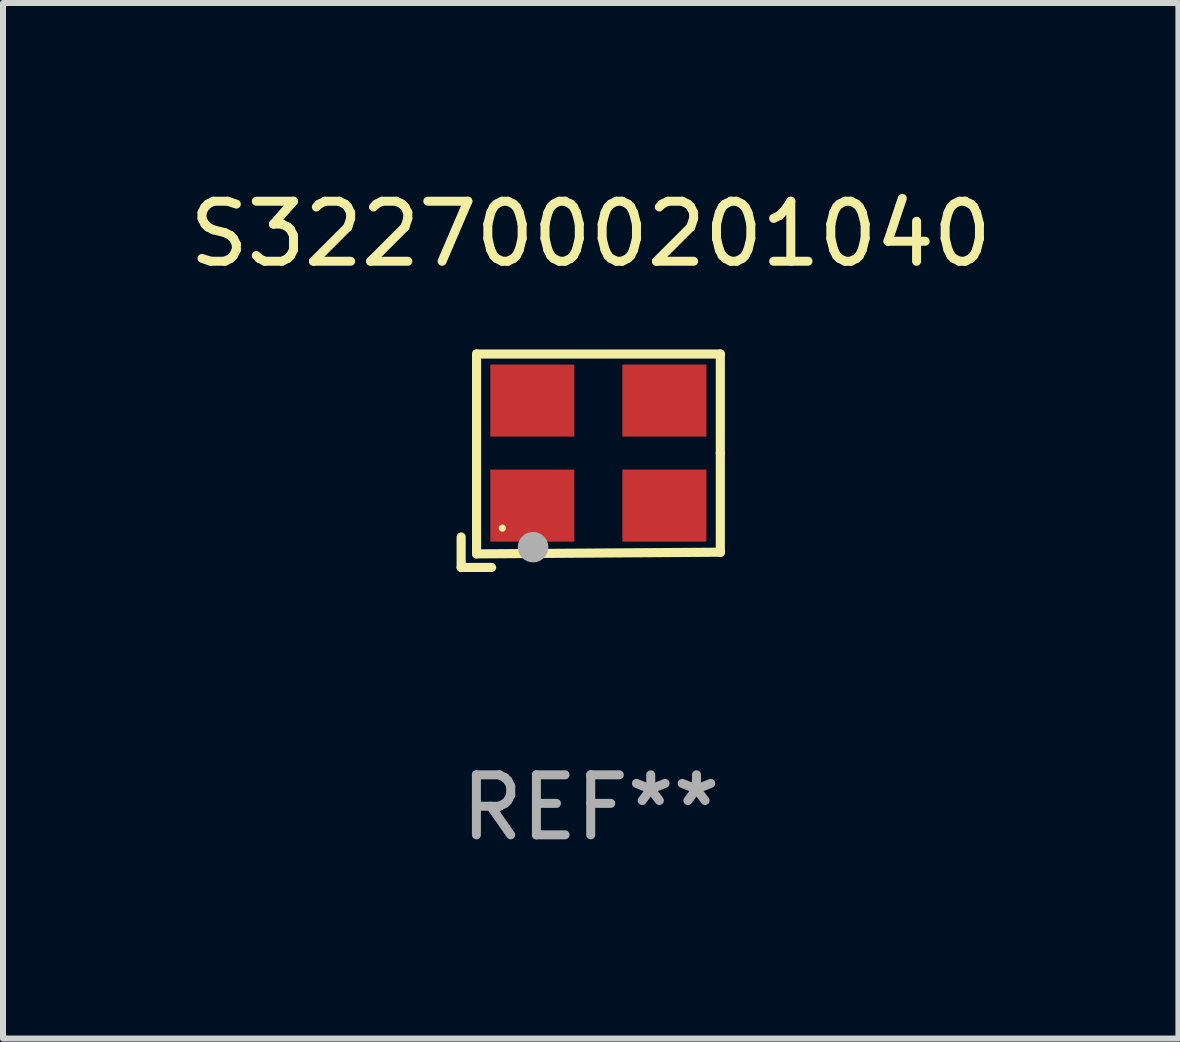
<source format=kicad_pcb>
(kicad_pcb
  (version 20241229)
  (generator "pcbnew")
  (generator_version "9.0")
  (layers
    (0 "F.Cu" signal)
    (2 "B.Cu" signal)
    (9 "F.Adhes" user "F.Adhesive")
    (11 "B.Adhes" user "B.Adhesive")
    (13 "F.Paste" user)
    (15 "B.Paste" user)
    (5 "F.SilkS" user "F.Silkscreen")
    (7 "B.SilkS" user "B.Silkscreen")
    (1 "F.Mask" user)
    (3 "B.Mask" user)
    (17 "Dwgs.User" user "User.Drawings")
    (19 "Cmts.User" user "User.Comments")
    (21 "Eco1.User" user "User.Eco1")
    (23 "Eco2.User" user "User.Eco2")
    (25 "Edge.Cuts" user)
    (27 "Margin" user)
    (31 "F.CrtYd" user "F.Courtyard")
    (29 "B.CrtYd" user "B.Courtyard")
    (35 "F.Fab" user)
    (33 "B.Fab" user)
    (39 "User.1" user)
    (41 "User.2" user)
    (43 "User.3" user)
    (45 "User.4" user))
  (footprint "S3227000201040"
    (layer "F.Cu")
    (at 6.792 4.626)
    (property "Reference" "S3227000201040" (at 0 -3.778 0) (layer "F.SilkS") (effects (font (size 1 1) (thickness 0.15))))
    (attr through_hole)
    (fp_line (start -2.159 1.27) (end -2.159 1.778) (stroke (width 0.152) (type solid)) (layer "F.SilkS"))
    (fp_line (start -2.159 1.778) (end -1.651 1.778) (stroke (width 0.152) (type solid)) (layer "F.SilkS"))
    (fp_line (start -1.902 -1.778) (end 2.159 -1.778) (stroke (width 0.152) (type solid)) (layer "F.SilkS"))
    (fp_line (start -1.902 1.552) (end -1.902 -1.778) (stroke (width 0.152) (type solid)) (layer "F.SilkS"))
    (fp_line (start 2.159 -1.778) (end 2.159 -0.127) (stroke (width 0.152) (type solid)) (layer "F.SilkS"))
    (fp_line (start 2.159 -0.127) (end 2.159 1.524) (stroke (width 0.152) (type solid)) (layer "F.SilkS"))
    (fp_line (start 2.159 1.524) (end -1.902 1.552) (stroke (width 0.152) (type solid)) (layer "F.SilkS"))
    (fp_line (start 2.159 1.524) (end 2.159 1.524) (stroke (width 0.152) (type solid)) (layer "F.SilkS"))
    (fp_circle (center -1.473 1.123) (end -1.443 1.123) (stroke (width 0.06) (type solid)) (fill no) (layer "F.SilkS"))
    (fp_circle (center -0.961 1.44) (end -0.834 1.44) (stroke (width 0.254) (type solid)) (fill no) (layer "F.Fab"))
    (fp_text user "REF**" (at 0 5.778 0) (layer "F.Fab") (effects (font (size 1 1) (thickness 0.15))))
    (pad "1" smd rect (at -0.973 0.748) (size 1.4 1.2) (layers "F.Cu" "F.Mask" "F.Paste"))
    (pad "2" smd rect (at 1.227 0.748) (size 1.4 1.2) (layers "F.Cu" "F.Mask" "F.Paste"))
    (pad "3" smd rect (at 1.227 -1.002) (size 1.4 1.2) (layers "F.Cu" "F.Mask" "F.Paste"))
    (pad "4" smd rect (at -0.973 -1.002) (size 1.4 1.2) (layers "F.Cu" "F.Mask" "F.Paste")))
  (gr_rect
    (start -3 -3)
    (end 16.583 14.253)
    (stroke (width 0.1) (type default))
    (fill no)
    (layer "Edge.Cuts")))
</source>
